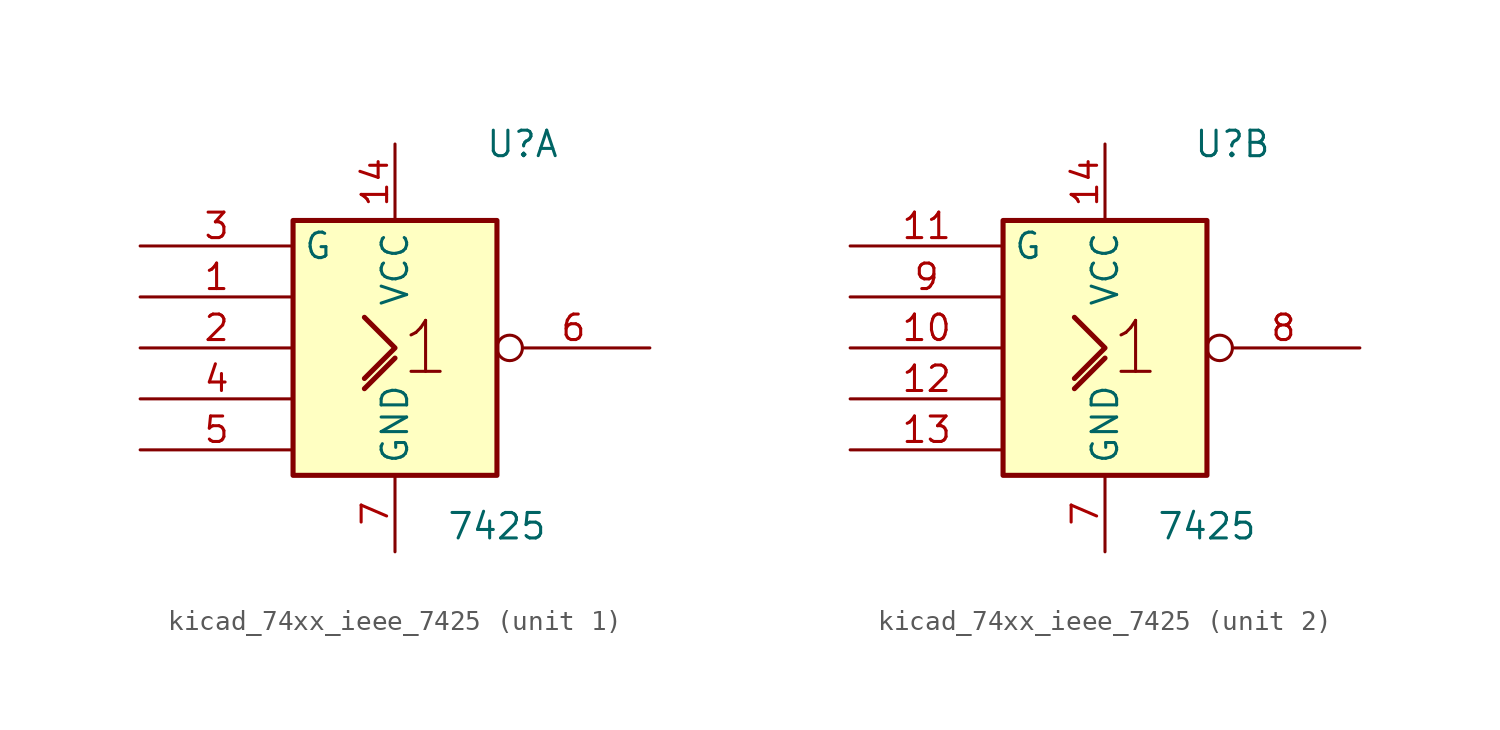
<source format=kicad_sym>
(kicad_symbol_lib
  (version 20220914)
  (generator kicad_symbol_editor)
  (symbol "kicad_74xx_ieee_7425"
    (property "Reference" "U"
      (at 6.35 10.16 0)
      (effects (font (size 1.27 1.27))))
    (property "Value" "7425"
      (at 5.08 -8.89 0)
      (effects (font (size 1.27 1.27))))
    (symbol "kicad_74xx_ieee_7425_0_0"
      (polyline (pts (xy -1.524 -2.032) (xy 0 -0.508) (xy 0 -0.508)) (stroke (width 0.254) (type default)) (fill (type background)))
      (polyline (pts (xy -1.524 1.524) (xy 0 0) (xy -1.524 -1.524) (xy -1.524 -1.524)) (stroke (width 0.254) (type default)) (fill (type background)))
      (text "1" (at 1.524 0 0) (effects (font (size 2.54 2.54)))))
    (symbol "kicad_74xx_ieee_7425_0_1"
      (rectangle (start -5.08 6.35) (end 5.08 -6.35) (stroke (width 0.254) (type default)) (fill (type background)))
      (pin power_in line (at 0 10.16 270) (length 3.81) (name "VCC" (effects (font (size 1.27 1.27)))) (number "14" (effects (font (size 1.27 1.27)))))
      (pin power_in line (at 0 -10.16 90) (length 3.81) (name "GND" (effects (font (size 1.27 1.27)))) (number "7" (effects (font (size 1.27 1.27))))))
    (symbol "kicad_74xx_ieee_7425_1_1"
      (pin input line (at -12.7 2.54 0) (length 7.62) (name "~" (effects (font (size 1.27 1.27)))) (number "1" (effects (font (size 1.27 1.27)))))
      (pin input line (at -12.7 0 0) (length 7.62) (name "~" (effects (font (size 1.27 1.27)))) (number "2" (effects (font (size 1.27 1.27)))))
      (pin input line (at -12.7 5.08 0) (length 7.62) (name "G" (effects (font (size 1.27 1.27)))) (number "3" (effects (font (size 1.27 1.27)))))
      (pin input line (at -12.7 -2.54 0) (length 7.62) (name "~" (effects (font (size 1.27 1.27)))) (number "4" (effects (font (size 1.27 1.27)))))
      (pin input line (at -12.7 -5.08 0) (length 7.62) (name "~" (effects (font (size 1.27 1.27)))) (number "5" (effects (font (size 1.27 1.27)))))
      (pin output inverted (at 12.7 0 180) (length 7.62) (name "~" (effects (font (size 1.27 1.27)))) (number "6" (effects (font (size 1.27 1.27))))))
    (symbol "kicad_74xx_ieee_7425_2_1"
      (pin input line (at -12.7 0 0) (length 7.62) (name "~" (effects (font (size 1.27 1.27)))) (number "10" (effects (font (size 1.27 1.27)))))
      (pin input line (at -12.7 5.08 0) (length 7.62) (name "G" (effects (font (size 1.27 1.27)))) (number "11" (effects (font (size 1.27 1.27)))))
      (pin input line (at -12.7 -2.54 0) (length 7.62) (name "~" (effects (font (size 1.27 1.27)))) (number "12" (effects (font (size 1.27 1.27)))))
      (pin input line (at -12.7 -5.08 0) (length 7.62) (name "~" (effects (font (size 1.27 1.27)))) (number "13" (effects (font (size 1.27 1.27)))))
      (pin output inverted (at 12.7 0 180) (length 7.62) (name "~" (effects (font (size 1.27 1.27)))) (number "8" (effects (font (size 1.27 1.27)))))
      (pin input line (at -12.7 2.54 0) (length 7.62) (name "~" (effects (font (size 1.27 1.27)))) (number "9" (effects (font (size 1.27 1.27))))))))
</source>
